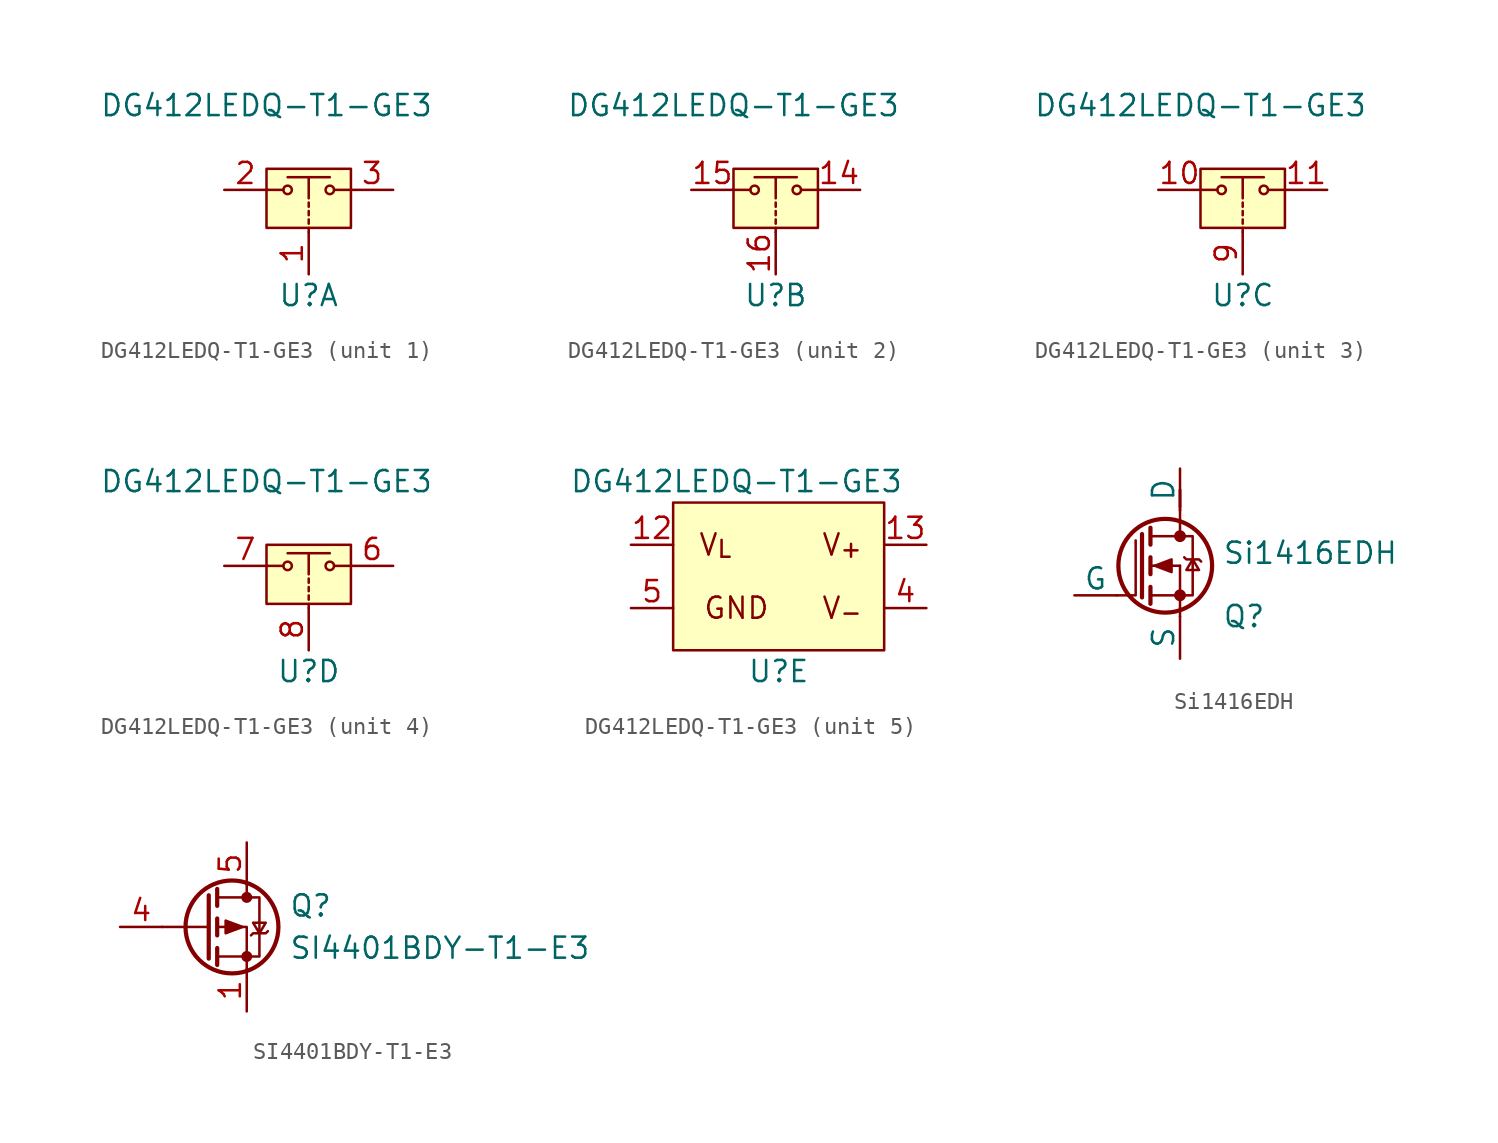
<source format=kicad_sym>
(kicad_symbol_lib
  (version 20220914)
  (generator kicad_symbol_editor)
  (symbol "DG412LEDQ-T1-GE3"
    (pin_names hide)
    (property "Reference" "U"
      (at 0 -6.35 0)
      (effects (font (size 1.27 1.27))))
    (property "Value" "DG412LEDQ-T1-GE3"
      (at -2.54 5.08 0)
      (effects (font (size 1.27 1.27))))
    (property "ki_locked" ""
      (at 0 0 0)
      (effects (font (size 1.27 1.27))))
    (symbol "DG412LEDQ-T1-GE3_1_1"
      (rectangle (start -2.54 1.27) (end 2.54 -2.286) (stroke (width 0) (type default)) (fill (type background)))
      (circle (center -1.27 0) (radius 0.254) (stroke (width 0) (type default)) (fill (type none)))
      (polyline (pts (xy -2.54 0) (xy -1.524 0)) (stroke (width 0) (type default)) (fill (type none)))
      (polyline (pts (xy -1.27 0.762) (xy 1.27 0.762)) (stroke (width 0) (type default)) (fill (type none)))
      (polyline (pts (xy 0 -2.286) (xy 0 -2.54)) (stroke (width 0) (type default)) (fill (type none)))
      (polyline (pts (xy 0 -1.778) (xy 0 -2.032)) (stroke (width 0) (type default)) (fill (type none)))
      (polyline (pts (xy 0 -1.27) (xy 0 -1.524)) (stroke (width 0) (type default)) (fill (type none)))
      (polyline (pts (xy 0 -0.762) (xy 0 -1.016)) (stroke (width 0) (type default)) (fill (type none)))
      (polyline (pts (xy 0 0.762) (xy 0 -0.508)) (stroke (width 0) (type default)) (fill (type none)))
      (polyline (pts (xy 2.54 0) (xy 1.524 0)) (stroke (width 0) (type default)) (fill (type none)))
      (circle (center 1.27 0) (radius 0.254) (stroke (width 0) (type default)) (fill (type none)))
      (pin input line (at 0 -5.08 90) (length 2.54) (name "IN1" (effects (font (size 1.27 1.27)))) (number "1" (effects (font (size 1.27 1.27)))))
      (pin passive line (at -5.08 0 0) (length 2.54) (name "D1" (effects (font (size 1.27 1.27)))) (number "2" (effects (font (size 1.27 1.27)))))
      (pin passive line (at 5.08 0 180) (length 2.54) (name "S1" (effects (font (size 1.27 1.27)))) (number "3" (effects (font (size 1.27 1.27))))))
    (symbol "DG412LEDQ-T1-GE3_2_1"
      (rectangle (start -2.54 1.27) (end 2.54 -2.286) (stroke (width 0) (type default)) (fill (type background)))
      (circle (center -1.27 0) (radius 0.254) (stroke (width 0) (type default)) (fill (type none)))
      (polyline (pts (xy -2.54 0) (xy -1.524 0)) (stroke (width 0) (type default)) (fill (type none)))
      (polyline (pts (xy -1.27 0.762) (xy 1.27 0.762)) (stroke (width 0) (type default)) (fill (type none)))
      (polyline (pts (xy 0 -2.286) (xy 0 -2.54)) (stroke (width 0) (type default)) (fill (type none)))
      (polyline (pts (xy 0 -1.778) (xy 0 -2.032)) (stroke (width 0) (type default)) (fill (type none)))
      (polyline (pts (xy 0 -1.27) (xy 0 -1.524)) (stroke (width 0) (type default)) (fill (type none)))
      (polyline (pts (xy 0 -0.762) (xy 0 -1.016)) (stroke (width 0) (type default)) (fill (type none)))
      (polyline (pts (xy 0 0.762) (xy 0 -0.508)) (stroke (width 0) (type default)) (fill (type none)))
      (polyline (pts (xy 2.54 0) (xy 1.524 0)) (stroke (width 0) (type default)) (fill (type none)))
      (circle (center 1.27 0) (radius 0.254) (stroke (width 0) (type default)) (fill (type none)))
      (pin passive line (at 5.08 0 180) (length 2.54) (name "S2" (effects (font (size 1.27 1.27)))) (number "14" (effects (font (size 1.27 1.27)))))
      (pin passive line (at -5.08 0 0) (length 2.54) (name "D2" (effects (font (size 1.27 1.27)))) (number "15" (effects (font (size 1.27 1.27)))))
      (pin input line (at 0 -5.08 90) (length 2.54) (name "IN2" (effects (font (size 1.27 1.27)))) (number "16" (effects (font (size 1.27 1.27))))))
    (symbol "DG412LEDQ-T1-GE3_3_1"
      (rectangle (start -2.54 1.27) (end 2.54 -2.286) (stroke (width 0) (type default)) (fill (type background)))
      (circle (center -1.27 0) (radius 0.254) (stroke (width 0) (type default)) (fill (type none)))
      (polyline (pts (xy -2.54 0) (xy -1.524 0)) (stroke (width 0) (type default)) (fill (type none)))
      (polyline (pts (xy -1.27 0.762) (xy 1.27 0.762)) (stroke (width 0) (type default)) (fill (type none)))
      (polyline (pts (xy 0 -2.286) (xy 0 -2.54)) (stroke (width 0) (type default)) (fill (type none)))
      (polyline (pts (xy 0 -1.778) (xy 0 -2.032)) (stroke (width 0) (type default)) (fill (type none)))
      (polyline (pts (xy 0 -1.27) (xy 0 -1.524)) (stroke (width 0) (type default)) (fill (type none)))
      (polyline (pts (xy 0 -0.762) (xy 0 -1.016)) (stroke (width 0) (type default)) (fill (type none)))
      (polyline (pts (xy 0 0.762) (xy 0 -0.508)) (stroke (width 0) (type default)) (fill (type none)))
      (polyline (pts (xy 2.54 0) (xy 1.524 0)) (stroke (width 0) (type default)) (fill (type none)))
      (circle (center 1.27 0) (radius 0.254) (stroke (width 0) (type default)) (fill (type none)))
      (pin passive line (at -5.08 0 0) (length 2.54) (name "D3" (effects (font (size 1.27 1.27)))) (number "10" (effects (font (size 1.27 1.27)))))
      (pin passive line (at 5.08 0 180) (length 2.54) (name "S3" (effects (font (size 1.27 1.27)))) (number "11" (effects (font (size 1.27 1.27)))))
      (pin input line (at 0 -5.08 90) (length 2.54) (name "IN3" (effects (font (size 1.27 1.27)))) (number "9" (effects (font (size 1.27 1.27))))))
    (symbol "DG412LEDQ-T1-GE3_4_1"
      (rectangle (start -2.54 1.27) (end 2.54 -2.286) (stroke (width 0) (type default)) (fill (type background)))
      (circle (center -1.27 0) (radius 0.254) (stroke (width 0) (type default)) (fill (type none)))
      (polyline (pts (xy -2.54 0) (xy -1.524 0)) (stroke (width 0) (type default)) (fill (type none)))
      (polyline (pts (xy -1.27 0.762) (xy 1.27 0.762)) (stroke (width 0) (type default)) (fill (type none)))
      (polyline (pts (xy 0 -2.286) (xy 0 -2.54)) (stroke (width 0) (type default)) (fill (type none)))
      (polyline (pts (xy 0 -1.778) (xy 0 -2.032)) (stroke (width 0) (type default)) (fill (type none)))
      (polyline (pts (xy 0 -1.27) (xy 0 -1.524)) (stroke (width 0) (type default)) (fill (type none)))
      (polyline (pts (xy 0 -0.762) (xy 0 -1.016)) (stroke (width 0) (type default)) (fill (type none)))
      (polyline (pts (xy 0 0.762) (xy 0 -0.508)) (stroke (width 0) (type default)) (fill (type none)))
      (polyline (pts (xy 2.54 0) (xy 1.524 0)) (stroke (width 0) (type default)) (fill (type none)))
      (circle (center 1.27 0) (radius 0.254) (stroke (width 0) (type default)) (fill (type none)))
      (pin passive line (at 5.08 0 180) (length 2.54) (name "S4" (effects (font (size 1.27 1.27)))) (number "6" (effects (font (size 1.27 1.27)))))
      (pin passive line (at -5.08 0 0) (length 2.54) (name "D4" (effects (font (size 1.27 1.27)))) (number "7" (effects (font (size 1.27 1.27)))))
      (pin input line (at 0 -5.08 90) (length 2.54) (name "IN4" (effects (font (size 1.27 1.27)))) (number "8" (effects (font (size 1.27 1.27))))))
    (symbol "DG412LEDQ-T1-GE3_5_0"
      (rectangle (start -6.35 3.81) (end 6.35 -5.08) (stroke (width 0) (type default)) (fill (type background))))
    (symbol "DG412LEDQ-T1-GE3_5_1"
      (text "GND" (at -2.54 -2.54 0) (effects (font (size 1.27 1.27))))
      (text "V_{+}" (at 3.81 1.27 0) (effects (font (size 1.27 1.27))))
      (text "V_{-}" (at 3.81 -2.54 0) (effects (font (size 1.27 1.27))))
      (text "V_{L}" (at -3.81 1.27 0) (effects (font (size 1.27 1.27))))
      (pin power_in line (at -8.89 1.27 0) (length 2.54) (name "VL" (effects (font (size 1.27 1.27)))) (number "12" (effects (font (size 1.27 1.27)))) (alternate "VL" power_in line))
      (pin power_in line (at 8.89 1.27 180) (length 2.54) (name "V_{+}" (effects (font (size 1.27 1.27)))) (number "13" (effects (font (size 1.27 1.27)))) (alternate "VL" power_in line))
      (pin power_in line (at 8.89 -2.54 180) (length 2.54) (name "V_{-}" (effects (font (size 1.27 1.27)))) (number "4" (effects (font (size 1.27 1.27)))) (alternate "VL" power_in line))
      (pin power_in line (at -8.89 -2.54 0) (length 2.54) (name "GND" (effects (font (size 1.27 1.27)))) (number "5" (effects (font (size 1.27 1.27)))) (alternate "VL" power_in line))))
  (symbol "Si1416EDH"
    (pin_numbers hide)
    (pin_names
      (offset 0))
    (property "Reference" "Q"
      (at 2.54 -2.54 0)
      (effects (font (size 1.27 1.27)) (justify left)))
    (property "Value" "Si1416EDH"
      (at 2.54 1.27 0)
      (effects (font (size 1.27 1.27)) (justify left)))
    (symbol "Si1416EDH_0_1"
      (circle (center -0.889 0.508) (radius 2.819) (stroke (width 0.254) (type default)) (fill (type none)))
      (circle (center 0 -1.27) (radius 0.279) (stroke (width 0) (type default)) (fill (type outline)))
      (polyline (pts (xy -1.778 -1.27) (xy 0 -1.27)) (stroke (width 0) (type default)) (fill (type none)))
      (polyline (pts (xy -1.778 -0.762) (xy -1.778 -1.778)) (stroke (width 0.254) (type default)) (fill (type none)))
      (polyline (pts (xy -1.778 0.508) (xy 0 0.508)) (stroke (width 0) (type default)) (fill (type none)))
      (polyline (pts (xy -1.778 1.016) (xy -1.778 0)) (stroke (width 0.254) (type default)) (fill (type none)))
      (polyline (pts (xy -1.778 2.286) (xy 0 2.286)) (stroke (width 0) (type default)) (fill (type none)))
      (polyline (pts (xy -1.778 2.794) (xy -1.778 1.778)) (stroke (width 0.254) (type default)) (fill (type none)))
      (polyline (pts (xy 0 -2.54) (xy 0 -2.032)) (stroke (width 0) (type default)) (fill (type none)))
      (polyline (pts (xy 0 -1.27) (xy 0 -2.032)) (stroke (width 0) (type default)) (fill (type none)))
      (polyline (pts (xy 0 -1.27) (xy 0 0.508)) (stroke (width 0) (type default)) (fill (type none)))
      (polyline (pts (xy 0 3.048) (xy 0 2.286)) (stroke (width 0) (type default)) (fill (type none)))
      (polyline (pts (xy 0 3.048) (xy 0 4.064)) (stroke (width 0) (type default)) (fill (type none)))
      (polyline (pts (xy -3.81 -1.27) (xy -2.667 -1.27) (xy -2.667 2.032)) (stroke (width 0) (type default)) (fill (type none)))
      (polyline (pts (xy -2.286 2.413) (xy -2.286 -1.397) (xy -2.286 -1.397)) (stroke (width 0.254) (type default)) (fill (type none)))
      (polyline (pts (xy -1.524 0.508) (xy -0.508 0.889) (xy -0.508 0.127) (xy -1.524 0.508)) (stroke (width 0) (type default)) (fill (type outline)))
      (polyline (pts (xy 0 -1.27) (xy 0.762 -1.27) (xy 0.762 2.286) (xy 0 2.286)) (stroke (width 0) (type default)) (fill (type none)))
      (polyline (pts (xy 0.254 1.016) (xy 0.381 0.889) (xy 1.143 0.889) (xy 1.27 0.762)) (stroke (width 0) (type default)) (fill (type none)))
      (polyline (pts (xy 0.762 0.889) (xy 0.381 0.254) (xy 1.143 0.254) (xy 0.762 0.889)) (stroke (width 0) (type default)) (fill (type none)))
      (circle (center 0 2.286) (radius 0.279) (stroke (width 0) (type default)) (fill (type outline)))
      (rectangle (start 0 5.08) (end 0 4.064) (stroke (width 0) (type default)) (fill (type none)))
      (rectangle (start 0 5.08) (end 0 4.064) (stroke (width 0) (type default)) (fill (type none))))
    (symbol "Si1416EDH_1_1"
      (pin passive line (at 0 6.35 270) (length 2.54) (name "D" (effects (font (size 1.27 1.27)))) (number "1" (effects (font (size 1.27 1.27)))))
      (pin passive line (at 0 6.35 270) (length 2.54) hide (name "D" (effects (font (size 1.27 1.27)))) (number "2" (effects (font (size 1.27 1.27)))))
      (pin passive line (at -6.35 -1.27 0) (length 2.54) (name "G" (effects (font (size 1.27 1.27)))) (number "3" (effects (font (size 1.27 1.27)))))
      (pin passive line (at 0 -5.08 90) (length 2.54) (name "S" (effects (font (size 1.27 1.27)))) (number "4" (effects (font (size 1.27 1.27)))))
      (pin passive line (at 0 6.35 270) (length 2.54) hide (name "D" (effects (font (size 1.27 1.27)))) (number "5" (effects (font (size 1.27 1.27)))))
      (pin passive line (at 0 6.35 270) (length 2.54) hide (name "D" (effects (font (size 1.27 1.27)))) (number "6" (effects (font (size 1.27 1.27)))))))
  (symbol "SI4401BDY-T1-E3"
    (pin_names
      (offset 0) hide)
    (property "Reference" "Q"
      (at 5.08 1.27 0)
      (effects (font (size 1.27 1.27)) (justify left)))
    (property "Value" "SI4401BDY-T1-E3"
      (at 5.08 -1.27 0)
      (effects (font (size 1.27 1.27)) (justify left)))
    (symbol "SI4401BDY-T1-E3_0_1"
      (polyline (pts (xy 0.254 0) (xy -2.54 0)) (stroke (width 0) (type default)) (fill (type none)))
      (polyline (pts (xy 0.254 1.905) (xy 0.254 -1.905)) (stroke (width 0.254) (type default)) (fill (type none)))
      (polyline (pts (xy 0.762 -1.27) (xy 0.762 -2.286)) (stroke (width 0.254) (type default)) (fill (type none)))
      (polyline (pts (xy 0.762 0.508) (xy 0.762 -0.508)) (stroke (width 0.254) (type default)) (fill (type none)))
      (polyline (pts (xy 0.762 2.286) (xy 0.762 1.27)) (stroke (width 0.254) (type default)) (fill (type none)))
      (polyline (pts (xy 2.54 2.54) (xy 2.54 1.778)) (stroke (width 0) (type default)) (fill (type none)))
      (polyline (pts (xy 2.54 -2.54) (xy 2.54 0) (xy 0.762 0)) (stroke (width 0) (type default)) (fill (type none)))
      (polyline (pts (xy 0.762 1.778) (xy 3.302 1.778) (xy 3.302 -1.778) (xy 0.762 -1.778)) (stroke (width 0) (type default)) (fill (type none)))
      (polyline (pts (xy 2.286 0) (xy 1.27 0.381) (xy 1.27 -0.381) (xy 2.286 0)) (stroke (width 0) (type default)) (fill (type outline)))
      (polyline (pts (xy 2.794 -0.508) (xy 2.921 -0.381) (xy 3.683 -0.381) (xy 3.81 -0.254)) (stroke (width 0) (type default)) (fill (type none)))
      (polyline (pts (xy 3.302 -0.381) (xy 2.921 0.254) (xy 3.683 0.254) (xy 3.302 -0.381)) (stroke (width 0) (type default)) (fill (type none)))
      (circle (center 1.651 0) (radius 2.794) (stroke (width 0.254) (type default)) (fill (type none)))
      (circle (center 2.54 -1.778) (radius 0.254) (stroke (width 0) (type default)) (fill (type outline)))
      (circle (center 2.54 1.778) (radius 0.254) (stroke (width 0) (type default)) (fill (type outline))))
    (symbol "SI4401BDY-T1-E3_1_1"
      (pin passive line (at 2.54 -5.08 90) (length 2.54) (name "S" (effects (font (size 1.27 1.27)))) (number "1" (effects (font (size 1.27 1.27)))))
      (pin passive line (at 2.54 -5.08 90) (length 2.54) hide (name "S" (effects (font (size 1.27 1.27)))) (number "2" (effects (font (size 1.27 1.27)))))
      (pin passive line (at 2.54 -5.08 90) (length 2.54) hide (name "S" (effects (font (size 1.27 1.27)))) (number "3" (effects (font (size 1.27 1.27)))))
      (pin passive line (at -5.08 0 0) (length 2.54) (name "G" (effects (font (size 1.27 1.27)))) (number "4" (effects (font (size 1.27 1.27)))))
      (pin passive line (at 2.54 5.08 270) (length 2.54) (name "D" (effects (font (size 1.27 1.27)))) (number "5" (effects (font (size 1.27 1.27)))))
      (pin passive line (at 2.54 5.08 270) (length 2.54) hide (name "D" (effects (font (size 1.27 1.27)))) (number "6" (effects (font (size 1.27 1.27)))))
      (pin passive line (at 2.54 5.08 270) (length 2.54) hide (name "D" (effects (font (size 1.27 1.27)))) (number "7" (effects (font (size 1.27 1.27)))))
      (pin passive line (at 2.54 5.08 270) (length 2.54) hide (name "D" (effects (font (size 1.27 1.27)))) (number "8" (effects (font (size 1.27 1.27))))))))
</source>
